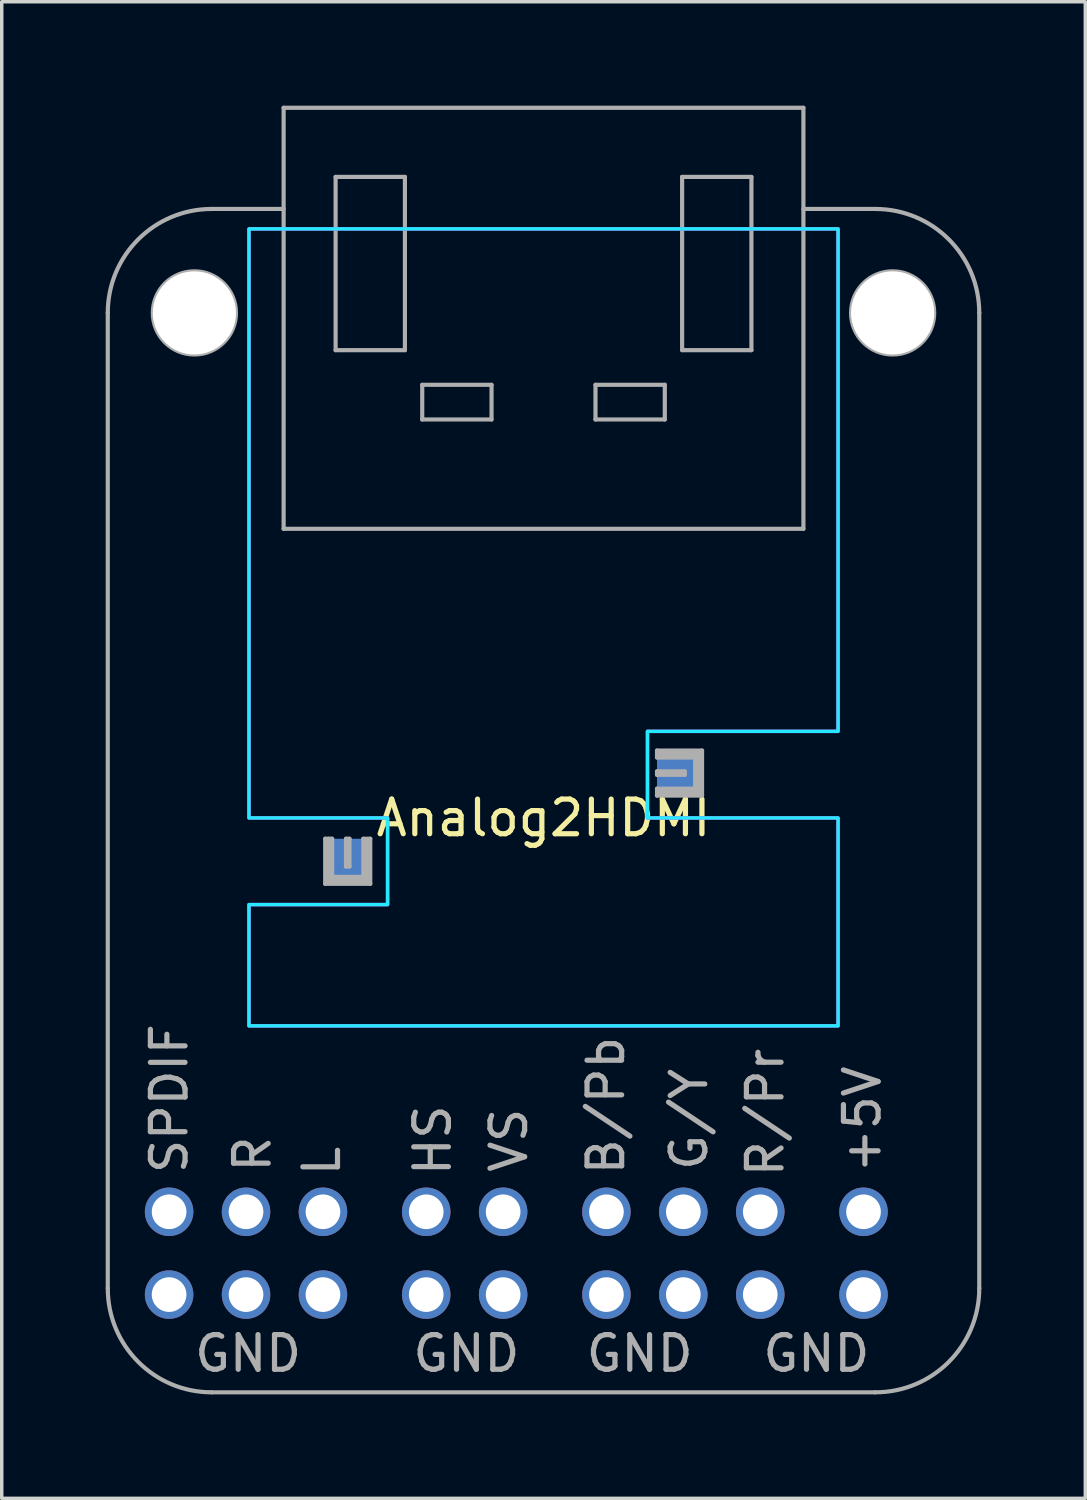
<source format=kicad_pcb>
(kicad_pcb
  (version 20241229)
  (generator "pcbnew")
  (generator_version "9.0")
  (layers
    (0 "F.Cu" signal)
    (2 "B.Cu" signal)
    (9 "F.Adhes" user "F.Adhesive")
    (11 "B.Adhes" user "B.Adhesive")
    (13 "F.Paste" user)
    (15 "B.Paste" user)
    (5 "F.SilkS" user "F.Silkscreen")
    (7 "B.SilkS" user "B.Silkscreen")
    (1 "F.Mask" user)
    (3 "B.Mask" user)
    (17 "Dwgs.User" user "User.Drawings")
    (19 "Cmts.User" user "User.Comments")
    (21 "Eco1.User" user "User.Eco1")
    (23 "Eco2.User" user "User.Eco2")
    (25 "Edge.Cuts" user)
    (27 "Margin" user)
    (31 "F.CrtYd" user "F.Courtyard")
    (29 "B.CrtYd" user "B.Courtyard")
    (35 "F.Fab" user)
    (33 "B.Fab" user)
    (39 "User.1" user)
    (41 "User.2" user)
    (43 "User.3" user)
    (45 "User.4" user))
  (footprint "Analog2HDMI"
    (layer "F.Cu")
    (at 12.635 20.055)
    (property "Reference" "Analog2HDMI" (at 0 0.5 0) (layer "F.SilkS") (effects (font (size 1 1) (thickness 0.15))))
    (attr through_hole)
    (fp_poly (pts (xy 8.5 -2) (xy 3 -2) (xy 3 0.5) (xy 8.5 0.5) (xy 8.5 6.5) (xy -8.5 6.5) (xy -8.5 3) (xy -4.5 3) (xy -4.5 0.5) (xy -8.5 0.5) (xy -8.5 -16.5) (xy 8.5 -16.5)) (stroke (width 0.1) (type solid)) (fill no) (layer "B.CrtYd"))
    (fp_poly (pts (xy 8.5 -2) (xy 3 -2) (xy 3 0.5) (xy 8.5 0.5) (xy 8.5 6.5) (xy -8.5 6.5) (xy -8.5 3) (xy -4.5 3) (xy -4.5 0.5) (xy -8.5 0.5) (xy -8.5 -16.5) (xy 8.5 -16.5)) (stroke (width 0.1) (type solid)) (fill no) (layer "F.CrtYd"))
    (fp_line (start -12.575 14.075) (end -12.575 -14.075) (stroke (width 0.12) (type solid)) (layer "F.Fab"))
    (fp_line (start -9.575 -17.075) (end -7.5 -17.075) (stroke (width 0.12) (type solid)) (layer "F.Fab"))
    (fp_line (start -9.575 17.075) (end 9.575 17.075) (stroke (width 0.12) (type solid)) (layer "F.Fab"))
    (fp_line (start -7.5 -19.995) (end 7.5 -19.995) (stroke (width 0.12) (type solid)) (layer "F.Fab"))
    (fp_line (start -7.5 -7.845) (end -7.5 -19.995) (stroke (width 0.12) (type solid)) (layer "F.Fab"))
    (fp_line (start -7.5 -7.845) (end 7.5 -7.845) (stroke (width 0.12) (type solid)) (layer "F.Fab"))
    (fp_line (start -6.3 1.1) (end -6.3 2.4) (stroke (width 0.12) (type solid)) (layer "F.Fab"))
    (fp_line (start -6.3 2.4) (end -5 2.4) (stroke (width 0.12) (type solid)) (layer "F.Fab"))
    (fp_line (start -6.2 1.1) (end -6.2 2.3) (stroke (width 0.12) (type solid)) (layer "F.Fab"))
    (fp_line (start -6.2 2.3) (end -5.1 2.3) (stroke (width 0.12) (type solid)) (layer "F.Fab"))
    (fp_line (start -6.1 1.1) (end -6.3 1.1) (stroke (width 0.12) (type solid)) (layer "F.Fab"))
    (fp_line (start -6.1 2.2) (end -6.1 1.1) (stroke (width 0.12) (type solid)) (layer "F.Fab"))
    (fp_line (start -6 -18) (end -6 -13) (stroke (width 0.12) (type solid)) (layer "F.Fab"))
    (fp_line (start -6 -13) (end -4 -13) (stroke (width 0.12) (type solid)) (layer "F.Fab"))
    (fp_line (start -5.7 1.9) (end -5.7 1.1) (stroke (width 0.12) (type solid)) (layer "F.Fab"))
    (fp_line (start -5.6 1.1) (end -5.7 1.1) (stroke (width 0.12) (type solid)) (layer "F.Fab"))
    (fp_line (start -5.6 1.1) (end -5.6 1.9) (stroke (width 0.12) (type solid)) (layer "F.Fab"))
    (fp_line (start -5.6 1.9) (end -5.7 1.9) (stroke (width 0.12) (type solid)) (layer "F.Fab"))
    (fp_line (start -5.2 1.1) (end -5.2 2.2) (stroke (width 0.12) (type solid)) (layer "F.Fab"))
    (fp_line (start -5.2 2.2) (end -6.1 2.2) (stroke (width 0.12) (type solid)) (layer "F.Fab"))
    (fp_line (start -5.1 2.3) (end -5.1 1.15) (stroke (width 0.12) (type solid)) (layer "F.Fab"))
    (fp_line (start -5 1.1) (end -5.2 1.1) (stroke (width 0.12) (type solid)) (layer "F.Fab"))
    (fp_line (start -5 2.4) (end -5 1.1) (stroke (width 0.12) (type solid)) (layer "F.Fab"))
    (fp_line (start -4 -18) (end -6 -18) (stroke (width 0.12) (type solid)) (layer "F.Fab"))
    (fp_line (start -4 -13) (end -4 -18) (stroke (width 0.12) (type solid)) (layer "F.Fab"))
    (fp_line (start -3.5 -12) (end -3.5 -11) (stroke (width 0.12) (type solid)) (layer "F.Fab"))
    (fp_line (start -3.5 -11) (end -1.5 -11) (stroke (width 0.12) (type solid)) (layer "F.Fab"))
    (fp_line (start -1.5 -12) (end -3.5 -12) (stroke (width 0.12) (type solid)) (layer "F.Fab"))
    (fp_line (start -1.5 -11) (end -1.5 -12) (stroke (width 0.12) (type solid)) (layer "F.Fab"))
    (fp_line (start 1.5 -12) (end 1.5 -11) (stroke (width 0.12) (type solid)) (layer "F.Fab"))
    (fp_line (start 1.5 -11) (end 3.5 -11) (stroke (width 0.12) (type solid)) (layer "F.Fab"))
    (fp_line (start 3.275 -1.445) (end 3.275 -1.245) (stroke (width 0.12) (type solid)) (layer "F.Fab"))
    (fp_line (start 3.275 -1.245) (end 4.375 -1.245) (stroke (width 0.12) (type solid)) (layer "F.Fab"))
    (fp_line (start 3.275 -0.845) (end 3.275 -0.745) (stroke (width 0.12) (type solid)) (layer "F.Fab"))
    (fp_line (start 3.275 -0.845) (end 4.075 -0.845) (stroke (width 0.12) (type solid)) (layer "F.Fab"))
    (fp_line (start 3.275 -0.345) (end 3.275 -0.145) (stroke (width 0.12) (type solid)) (layer "F.Fab"))
    (fp_line (start 3.275 -0.145) (end 4.575 -0.145) (stroke (width 0.12) (type solid)) (layer "F.Fab"))
    (fp_line (start 3.325 -1.345) (end 4.475 -1.345) (stroke (width 0.12) (type solid)) (layer "F.Fab"))
    (fp_line (start 3.5 -12) (end 1.5 -12) (stroke (width 0.12) (type solid)) (layer "F.Fab"))
    (fp_line (start 3.5 -11) (end 3.5 -12) (stroke (width 0.12) (type solid)) (layer "F.Fab"))
    (fp_line (start 4 -18) (end 4 -13) (stroke (width 0.12) (type solid)) (layer "F.Fab"))
    (fp_line (start 4 -13) (end 6 -13) (stroke (width 0.12) (type solid)) (layer "F.Fab"))
    (fp_line (start 4.075 -0.845) (end 4.075 -0.745) (stroke (width 0.12) (type solid)) (layer "F.Fab"))
    (fp_line (start 4.075 -0.745) (end 3.275 -0.745) (stroke (width 0.12) (type solid)) (layer "F.Fab"))
    (fp_line (start 4.375 -1.245) (end 4.375 -0.345) (stroke (width 0.12) (type solid)) (layer "F.Fab"))
    (fp_line (start 4.375 -0.345) (end 3.275 -0.345) (stroke (width 0.12) (type solid)) (layer "F.Fab"))
    (fp_line (start 4.475 -1.345) (end 4.475 -0.245) (stroke (width 0.12) (type solid)) (layer "F.Fab"))
    (fp_line (start 4.475 -0.245) (end 3.375 -0.245) (stroke (width 0.12) (type solid)) (layer "F.Fab"))
    (fp_line (start 4.575 -1.445) (end 3.275 -1.445) (stroke (width 0.12) (type solid)) (layer "F.Fab"))
    (fp_line (start 4.575 -0.145) (end 4.575 -1.445) (stroke (width 0.12) (type solid)) (layer "F.Fab"))
    (fp_line (start 6 -18) (end 4 -18) (stroke (width 0.12) (type solid)) (layer "F.Fab"))
    (fp_line (start 6 -13) (end 6 -18) (stroke (width 0.12) (type solid)) (layer "F.Fab"))
    (fp_line (start 7.5 -17.075) (end 9.575 -17.075) (stroke (width 0.12) (type solid)) (layer "F.Fab"))
    (fp_line (start 7.5 -7.845) (end 7.5 -19.995) (stroke (width 0.12) (type solid)) (layer "F.Fab"))
    (fp_line (start 12.575 14.075) (end 12.575 -14.075) (stroke (width 0.12) (type solid)) (layer "F.Fab"))
    (fp_arc (start -12.575 -14.075) (mid -11.69632 -16.19632) (end -9.575 -17.075) (stroke (width 0.12) (type solid)) (layer "F.Fab"))
    (fp_arc (start -9.575 17.075) (mid -11.69632 16.19632) (end -12.575 14.075) (stroke (width 0.12) (type solid)) (layer "F.Fab"))
    (fp_arc (start 9.575 -17.075) (mid 11.69632 -16.19632) (end 12.575 -14.075) (stroke (width 0.12) (type solid)) (layer "F.Fab"))
    (fp_arc (start 12.575 14.075) (mid 11.69632 16.19632) (end 9.575 17.075) (stroke (width 0.12) (type solid)) (layer "F.Fab"))
    (fp_circle (center -10.075 -14.075) (end -8.875 -14.075) (stroke (width 0.12) (type solid)) (fill no) (layer "F.Fab"))
    (fp_circle (center 10.075 -14.075) (end 11.275 -14.075) (stroke (width 0.12) (type solid)) (fill no) (layer "F.Fab"))
    (fp_text user "R" (at -8.4 10.2 90) (layer "F.Fab") (effects (font (size 1 1) (thickness 0.15))))
    (fp_text user "VS" (at -1 9.8 90) (layer "F.Fab") (effects (font (size 1 1) (thickness 0.15))))
    (fp_text user "GND" (at 2.775 15.955 0) (layer "F.Fab") (effects (font (size 1 1) (thickness 0.15))))
    (fp_text user "SPDIF" (at -10.8 8.6 90) (layer "F.Fab") (effects (font (size 1 1) (thickness 0.15))))
    (fp_text user "+5V" (at 9.2 9.2 90) (layer "F.Fab") (effects (font (size 1 1) (thickness 0.15))))
    (fp_text user "B/Pb" (at 1.8 8.8 90) (layer "F.Fab") (effects (font (size 1 1) (thickness 0.15))))
    (fp_text user "GND" (at 7.875 15.955 0) (layer "F.Fab") (effects (font (size 1 1) (thickness 0.15))))
    (fp_text user "GND" (at -8.525 15.955 0) (layer "F.Fab") (effects (font (size 1 1) (thickness 0.15))))
    (fp_text user "G/Y" (at 4.2 9.2 90) (layer "F.Fab") (effects (font (size 1 1) (thickness 0.15))))
    (fp_text user "L" (at -6.4 10.4 90) (layer "F.Fab") (effects (font (size 1 1) (thickness 0.15))))
    (fp_text user "R/Pr" (at 6.4 9 90) (layer "F.Fab") (effects (font (size 1 1) (thickness 0.15))))
    (fp_text user "HS" (at -3.2 9.8 90) (layer "F.Fab") (effects (font (size 1 1) (thickness 0.15))))
    (fp_text user "GND" (at -2.225 15.955 0) (layer "F.Fab") (effects (font (size 1 1) (thickness 0.15))))
    (pad "" np_thru_hole circle (at -10.075 -14.075) (size 2.4 2.4) (drill 2.4) (layers "*.Cu" "*.Mask"))
    (pad "" np_thru_hole circle (at 10.075 -14.075 90) (size 2.4 2.4) (drill 2.4) (layers "*.Cu" "*.Mask"))
    (pad "1" thru_hole circle (at -10.805 11.865 90) (size 1.4 1.4) (drill 1) (layers "*.Cu" "*.Mask"))
    (pad "2" thru_hole circle (at -8.585 11.865 90) (size 1.4 1.4) (drill 1) (layers "*.Cu" "*.Mask"))
    (pad "3" thru_hole circle (at -6.365 11.865 90) (size 1.4 1.4) (drill 1) (layers "*.Cu" "*.Mask"))
    (pad "4" thru_hole circle (at -3.385 11.865 90) (size 1.4 1.4) (drill 1) (layers "*.Cu" "*.Mask"))
    (pad "5" thru_hole circle (at -1.165 11.865 90) (size 1.4 1.4) (drill 1) (layers "*.Cu" "*.Mask"))
    (pad "6" thru_hole circle (at 1.815 11.865 90) (size 1.4 1.4) (drill 1) (layers "*.Cu" "*.Mask"))
    (pad "7" thru_hole circle (at 4.035 11.865 90) (size 1.4 1.4) (drill 1) (layers "*.Cu" "*.Mask"))
    (pad "8" thru_hole circle (at 6.255 11.865 90) (size 1.4 1.4) (drill 1) (layers "*.Cu" "*.Mask"))
    (pad "9" thru_hole circle (at 9.235 11.865 90) (size 1.4 1.4) (drill 1) (layers "*.Cu" "*.Mask"))
    (pad "10" thru_hole circle (at -10.805 14.255 90) (size 1.4 1.4) (drill 1) (layers "*.Cu" "*.Mask"))
    (pad "10" thru_hole circle (at -8.585 14.255 90) (size 1.4 1.4) (drill 1) (layers "*.Cu" "*.Mask"))
    (pad "10" thru_hole circle (at -6.365 14.255 90) (size 1.4 1.4) (drill 1) (layers "*.Cu" "*.Mask"))
    (pad "10" thru_hole circle (at -3.385 14.255 90) (size 1.4 1.4) (drill 1) (layers "*.Cu" "*.Mask"))
    (pad "10" thru_hole circle (at -1.165 14.255 90) (size 1.4 1.4) (drill 1) (layers "*.Cu" "*.Mask"))
    (pad "10" thru_hole circle (at 1.815 14.255 90) (size 1.4 1.4) (drill 1) (layers "*.Cu" "*.Mask"))
    (pad "10" thru_hole circle (at 4.035 14.255 90) (size 1.4 1.4) (drill 1) (layers "*.Cu" "*.Mask"))
    (pad "10" thru_hole circle (at 6.255 14.255 90) (size 1.4 1.4) (drill 1) (layers "*.Cu" "*.Mask"))
    (pad "10" thru_hole circle (at 9.235 14.255 90) (size 1.4 1.4) (drill 1) (layers "*.Cu" "*.Mask"))
    (pad "11" smd rect (at 3.925 -0.795 90) (size 1.3 1.3) (layers "B.Cu" "B.Mask" "B.Paste"))
    (pad "12" smd rect (at -5.65 1.75 90) (size 1.3 1.3) (layers "B.Cu" "B.Mask" "B.Paste")))
  (gr_rect
    (start -3 -3)
    (end 28.27 40.19)
    (stroke (width 0.1) (type default))
    (fill no)
    (layer "Edge.Cuts")))
</source>
